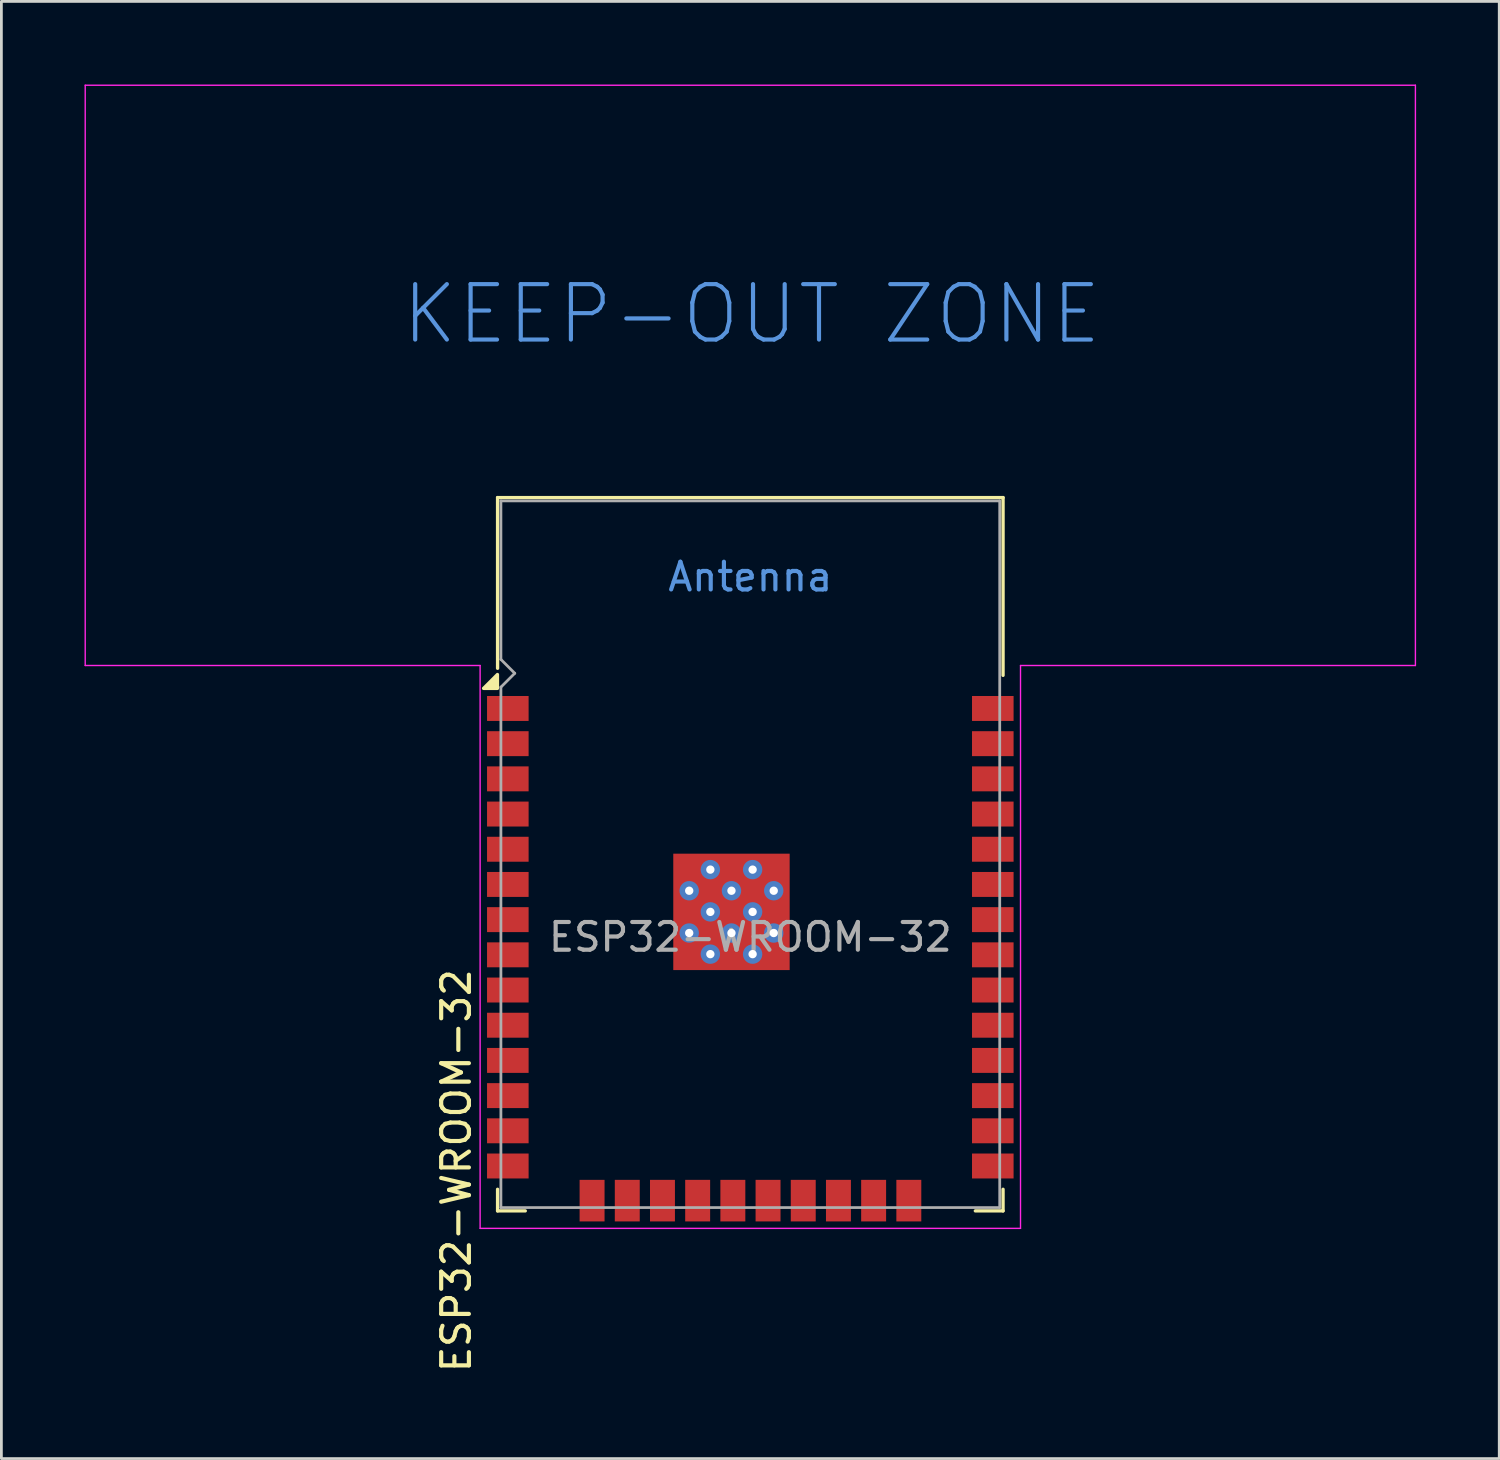
<source format=kicad_pcb>
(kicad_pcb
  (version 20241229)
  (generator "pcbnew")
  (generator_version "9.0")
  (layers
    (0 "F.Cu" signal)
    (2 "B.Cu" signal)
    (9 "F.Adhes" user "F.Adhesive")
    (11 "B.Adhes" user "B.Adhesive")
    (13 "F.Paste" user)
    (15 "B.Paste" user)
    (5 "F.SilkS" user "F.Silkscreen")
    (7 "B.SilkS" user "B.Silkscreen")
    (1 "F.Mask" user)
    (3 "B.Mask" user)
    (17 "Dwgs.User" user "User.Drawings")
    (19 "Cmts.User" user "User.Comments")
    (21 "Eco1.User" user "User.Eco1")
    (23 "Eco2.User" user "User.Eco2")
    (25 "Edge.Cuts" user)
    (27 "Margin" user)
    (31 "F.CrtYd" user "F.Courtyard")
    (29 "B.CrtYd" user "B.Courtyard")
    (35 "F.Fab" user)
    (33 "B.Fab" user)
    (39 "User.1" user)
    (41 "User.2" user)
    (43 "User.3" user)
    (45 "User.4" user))
  (footprint "ESP32-WROOM-32"
    (layer "F.Cu")
    (at 24.025 30.765)
    (property "Reference" "ESP32-WROOM-32" (at -10.61 8.43 90) (layer "F.SilkS") (effects (font (size 1 1) (thickness 0.15))))
    (attr smd)
    (fp_line (start -9.12 -15.86) (end -9.12 -9.7) (stroke (width 0.12) (type solid)) (layer "F.SilkS"))
    (fp_line (start -9.12 -15.86) (end 9.12 -15.86) (stroke (width 0.12) (type solid)) (layer "F.SilkS"))
    (fp_line (start -9.12 9.1) (end -9.12 9.88) (stroke (width 0.12) (type solid)) (layer "F.SilkS"))
    (fp_line (start -9.12 9.88) (end -8.12 9.88) (stroke (width 0.12) (type solid)) (layer "F.SilkS"))
    (fp_line (start 9.12 -15.86) (end 9.12 -9.445) (stroke (width 0.12) (type solid)) (layer "F.SilkS"))
    (fp_line (start 9.12 9.1) (end 9.12 9.88) (stroke (width 0.12) (type solid)) (layer "F.SilkS"))
    (fp_line (start 9.12 9.88) (end 8.12 9.88) (stroke (width 0.12) (type solid)) (layer "F.SilkS"))
    (fp_poly (pts (xy -9.125 -8.975) (xy -9.625 -8.975) (xy -9.125 -9.475) (xy -9.125 -8.975)) (stroke (width 0.12) (type solid)) (fill yes) (layer "F.SilkS"))
    (fp_line (start -24 -30.74) (end -24 -9.8) (stroke (width 0.05) (type solid)) (layer "F.CrtYd"))
    (fp_line (start -24 -9.8) (end -9.75 -9.8) (stroke (width 0.05) (type solid)) (layer "F.CrtYd"))
    (fp_line (start -9.75 10.51) (end -9.75 -9.8) (stroke (width 0.05) (type solid)) (layer "F.CrtYd"))
    (fp_line (start -9.75 10.51) (end 9.75 10.51) (stroke (width 0.05) (type solid)) (layer "F.CrtYd"))
    (fp_line (start 9.75 -9.8) (end 9.75 10.51) (stroke (width 0.05) (type solid)) (layer "F.CrtYd"))
    (fp_line (start 9.75 -9.8) (end 24 -9.8) (stroke (width 0.05) (type solid)) (layer "F.CrtYd"))
    (fp_line (start 24 -30.74) (end -24 -30.74) (stroke (width 0.05) (type solid)) (layer "F.CrtYd"))
    (fp_line (start 24 -9.8) (end 24 -30.74) (stroke (width 0.05) (type solid)) (layer "F.CrtYd"))
    (fp_line (start -9 -15.74) (end -9 -10.02) (stroke (width 0.1) (type solid)) (layer "F.Fab"))
    (fp_line (start -9 -15.74) (end 9 -15.74) (stroke (width 0.1) (type solid)) (layer "F.Fab"))
    (fp_line (start -9 -9.02) (end -9 9.76) (stroke (width 0.1) (type solid)) (layer "F.Fab"))
    (fp_line (start -9 -9.02) (end -8.5 -9.52) (stroke (width 0.1) (type solid)) (layer "F.Fab"))
    (fp_line (start -9 9.76) (end 9 9.76) (stroke (width 0.1) (type solid)) (layer "F.Fab"))
    (fp_line (start -8.5 -9.52) (end -9 -10.02) (stroke (width 0.1) (type solid)) (layer "F.Fab"))
    (fp_line (start 9 9.76) (end 9 -15.74) (stroke (width 0.1) (type solid)) (layer "F.Fab"))
    (fp_text user "KEEP-OUT ZONE" (at 0.05 -22.48 0) (layer "Cmts.User") (effects (font (size 2 2) (thickness 0.15))))
    (fp_text user "Antenna" (at 0 -13 0) (layer "Cmts.User") (effects (font (size 1 1) (thickness 0.15))))
    (fp_text user "${REFERENCE}" (at 0 0 0) (layer "F.Fab") (effects (font (size 1 1) (thickness 0.15))))
    (pad "1" smd rect (at -8.75 -8.25) (size 1.5 0.9) (layers "F.Cu" "F.Mask" "F.Paste"))
    (pad "2" smd rect (at -8.75 -6.98) (size 1.5 0.9) (layers "F.Cu" "F.Mask" "F.Paste"))
    (pad "3" smd rect (at -8.75 -5.71) (size 1.5 0.9) (layers "F.Cu" "F.Mask" "F.Paste"))
    (pad "4" smd rect (at -8.75 -4.44) (size 1.5 0.9) (layers "F.Cu" "F.Mask" "F.Paste"))
    (pad "5" smd rect (at -8.75 -3.17) (size 1.5 0.9) (layers "F.Cu" "F.Mask" "F.Paste"))
    (pad "6" smd rect (at -8.75 -1.9) (size 1.5 0.9) (layers "F.Cu" "F.Mask" "F.Paste"))
    (pad "7" smd rect (at -8.75 -0.63) (size 1.5 0.9) (layers "F.Cu" "F.Mask" "F.Paste"))
    (pad "8" smd rect (at -8.75 0.64) (size 1.5 0.9) (layers "F.Cu" "F.Mask" "F.Paste"))
    (pad "9" smd rect (at -8.75 1.91) (size 1.5 0.9) (layers "F.Cu" "F.Mask" "F.Paste"))
    (pad "10" smd rect (at -8.75 3.18) (size 1.5 0.9) (layers "F.Cu" "F.Mask" "F.Paste"))
    (pad "11" smd rect (at -8.75 4.45) (size 1.5 0.9) (layers "F.Cu" "F.Mask" "F.Paste"))
    (pad "12" smd rect (at -8.75 5.72) (size 1.5 0.9) (layers "F.Cu" "F.Mask" "F.Paste"))
    (pad "13" smd rect (at -8.75 6.99) (size 1.5 0.9) (layers "F.Cu" "F.Mask" "F.Paste"))
    (pad "14" smd rect (at -8.75 8.26) (size 1.5 0.9) (layers "F.Cu" "F.Mask" "F.Paste"))
    (pad "15" smd rect (at -5.71 9.51 90) (size 1.5 0.9) (layers "F.Cu" "F.Mask" "F.Paste"))
    (pad "16" smd rect (at -4.44 9.51 90) (size 1.5 0.9) (layers "F.Cu" "F.Mask" "F.Paste"))
    (pad "17" smd rect (at -3.17 9.51 90) (size 1.5 0.9) (layers "F.Cu" "F.Mask" "F.Paste"))
    (pad "18" smd rect (at -1.9 9.51 90) (size 1.5 0.9) (layers "F.Cu" "F.Mask" "F.Paste"))
    (pad "19" smd rect (at -0.63 9.51 90) (size 1.5 0.9) (layers "F.Cu" "F.Mask" "F.Paste"))
    (pad "20" smd rect (at 0.64 9.51 90) (size 1.5 0.9) (layers "F.Cu" "F.Mask" "F.Paste"))
    (pad "21" smd rect (at 1.91 9.51 90) (size 1.5 0.9) (layers "F.Cu" "F.Mask" "F.Paste"))
    (pad "22" smd rect (at 3.18 9.51 90) (size 1.5 0.9) (layers "F.Cu" "F.Mask" "F.Paste"))
    (pad "23" smd rect (at 4.45 9.51 90) (size 1.5 0.9) (layers "F.Cu" "F.Mask" "F.Paste"))
    (pad "24" smd rect (at 5.72 9.51 90) (size 1.5 0.9) (layers "F.Cu" "F.Mask" "F.Paste"))
    (pad "25" smd rect (at 8.75 8.26) (size 1.5 0.9) (layers "F.Cu" "F.Mask" "F.Paste"))
    (pad "26" smd rect (at 8.75 6.99) (size 1.5 0.9) (layers "F.Cu" "F.Mask" "F.Paste"))
    (pad "27" smd rect (at 8.75 5.72) (size 1.5 0.9) (layers "F.Cu" "F.Mask" "F.Paste"))
    (pad "28" smd rect (at 8.75 4.45) (size 1.5 0.9) (layers "F.Cu" "F.Mask" "F.Paste"))
    (pad "29" smd rect (at 8.75 3.18) (size 1.5 0.9) (layers "F.Cu" "F.Mask" "F.Paste"))
    (pad "30" smd rect (at 8.75 1.91) (size 1.5 0.9) (layers "F.Cu" "F.Mask" "F.Paste"))
    (pad "31" smd rect (at 8.75 0.64) (size 1.5 0.9) (layers "F.Cu" "F.Mask" "F.Paste"))
    (pad "32" smd rect (at 8.75 -0.63) (size 1.5 0.9) (layers "F.Cu" "F.Mask" "F.Paste"))
    (pad "33" smd rect (at 8.75 -1.9) (size 1.5 0.9) (layers "F.Cu" "F.Mask" "F.Paste"))
    (pad "34" smd rect (at 8.75 -3.17) (size 1.5 0.9) (layers "F.Cu" "F.Mask" "F.Paste"))
    (pad "35" smd rect (at 8.75 -4.44) (size 1.5 0.9) (layers "F.Cu" "F.Mask" "F.Paste"))
    (pad "36" smd rect (at 8.75 -5.71) (size 1.5 0.9) (layers "F.Cu" "F.Mask" "F.Paste"))
    (pad "37" smd rect (at 8.75 -6.98) (size 1.5 0.9) (layers "F.Cu" "F.Mask" "F.Paste"))
    (pad "38" smd rect (at 8.75 -8.25) (size 1.5 0.9) (layers "F.Cu" "F.Mask" "F.Paste"))
    (pad "39" smd rect (at -2.205 -2.435) (size 1.05 1.05) (layers "F.Cu" "F.Paste"))
    (pad "39" thru_hole circle (at -2.205 -1.673) (size 0.7 0.7) (drill 0.3) (property pad_prop_heatsink) (layers "*.Cu" "F.Mask"))
    (pad "39" smd rect (at -2.205 -0.91) (size 1.05 1.05) (layers "F.Cu" "F.Paste"))
    (pad "39" thru_hole circle (at -2.205 -0.147) (size 0.7 0.7) (drill 0.3) (property pad_prop_heatsink) (layers "*.Cu" "F.Mask"))
    (pad "39" smd rect (at -2.205 0.615) (size 1.05 1.05) (layers "F.Cu" "F.Paste"))
    (pad "39" thru_hole circle (at -1.442 -2.435) (size 0.7 0.7) (drill 0.3) (property pad_prop_heatsink) (layers "*.Cu" "F.Mask"))
    (pad "39" thru_hole circle (at -1.442 -0.91) (size 0.7 0.7) (drill 0.3) (property pad_prop_heatsink) (layers "*.Cu" "F.Mask"))
    (pad "39" thru_hole circle (at -1.442 0.615) (size 0.7 0.7) (drill 0.3) (property pad_prop_heatsink) (layers "*.Cu" "F.Mask"))
    (pad "39" smd rect (at -0.68 -2.435) (size 1.05 1.05) (layers "F.Cu" "F.Paste"))
    (pad "39" thru_hole circle (at -0.68 -1.673) (size 0.7 0.7) (drill 0.3) (property pad_prop_heatsink) (layers "*.Cu" "F.Mask"))
    (pad "39" smd rect (at -0.68 -0.91) (size 1.05 1.05) (layers "F.Cu" "F.Paste"))
    (pad "39" smd rect (at -0.68 -0.91) (size 4.2 4.2) (layers "F.Cu" "F.Mask"))
    (pad "39" thru_hole circle (at -0.68 -0.147) (size 0.7 0.7) (drill 0.3) (property pad_prop_heatsink) (layers "*.Cu" "F.Mask"))
    (pad "39" smd rect (at -0.68 0.615) (size 1.05 1.05) (layers "F.Cu" "F.Paste"))
    (pad "39" thru_hole circle (at 0.083 -2.435) (size 0.7 0.7) (drill 0.3) (property pad_prop_heatsink) (layers "*.Cu" "F.Mask"))
    (pad "39" thru_hole circle (at 0.083 -0.91) (size 0.7 0.7) (drill 0.3) (property pad_prop_heatsink) (layers "*.Cu" "F.Mask"))
    (pad "39" thru_hole circle (at 0.083 0.615) (size 0.7 0.7) (drill 0.3) (property pad_prop_heatsink) (layers "*.Cu" "F.Mask"))
    (pad "39" smd rect (at 0.845 -2.435) (size 1.05 1.05) (layers "F.Cu" "F.Paste"))
    (pad "39" thru_hole circle (at 0.845 -1.673) (size 0.7 0.7) (drill 0.3) (property pad_prop_heatsink) (layers "*.Cu" "F.Mask"))
    (pad "39" smd rect (at 0.845 -0.91) (size 1.05 1.05) (layers "F.Cu" "F.Paste"))
    (pad "39" thru_hole circle (at 0.845 -0.147) (size 0.7 0.7) (drill 0.3) (property pad_prop_heatsink) (layers "*.Cu" "F.Mask"))
    (pad "39" smd rect (at 0.845 0.615) (size 1.05 1.05) (layers "F.Cu" "F.Paste"))
    (zone (net_name "") (layers "F.Cu" "B.Cu") (hatch full 0.508) (connect_pads) (min_thickness 0.254) (filled_areas_thickness no) (keepout (tracks not_allowed) (vias not_allowed) (pads not_allowed) (copperpour not_allowed) (footprints not_allowed)) (placement (enabled no)) (fill) (polygon (pts (xy 0.025 20.965) (xy 48.025 20.965) (xy 48.025 0.025) (xy 0.025 0.025)))))
  (gr_rect
    (start -3 -3)
    (end 51.05 49.582)
    (stroke (width 0.1) (type default))
    (fill no)
    (layer "Edge.Cuts")))
</source>
